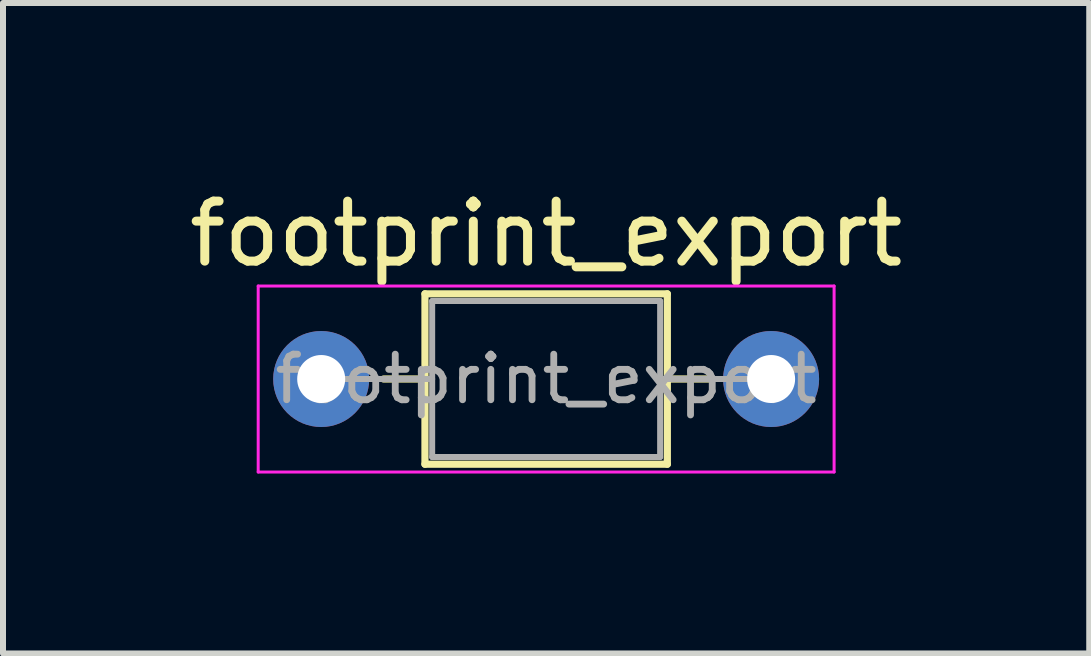
<source format=kicad_pcb>
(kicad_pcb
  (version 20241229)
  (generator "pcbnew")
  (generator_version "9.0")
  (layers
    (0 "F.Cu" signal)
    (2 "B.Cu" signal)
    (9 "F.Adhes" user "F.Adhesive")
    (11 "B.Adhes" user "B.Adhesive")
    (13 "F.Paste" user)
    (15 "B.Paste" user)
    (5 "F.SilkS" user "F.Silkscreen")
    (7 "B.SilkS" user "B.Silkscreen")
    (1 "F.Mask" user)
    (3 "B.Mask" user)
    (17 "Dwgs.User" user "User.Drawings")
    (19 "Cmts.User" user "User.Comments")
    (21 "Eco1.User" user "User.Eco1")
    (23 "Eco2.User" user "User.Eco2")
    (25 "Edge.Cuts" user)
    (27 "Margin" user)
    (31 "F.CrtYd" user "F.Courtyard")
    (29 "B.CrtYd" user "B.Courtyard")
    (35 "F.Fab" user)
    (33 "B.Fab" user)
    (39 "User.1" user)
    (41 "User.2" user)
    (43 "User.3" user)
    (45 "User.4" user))
  (footprint "footprint_export"
    (layer "F.Cu")
    (at 2.304 3.268)
    (property "Reference" "footprint_export" (at 3.75 -2.42 0) (layer "F.SilkS") (effects (font (size 1 1) (thickness 0.15))))
    (attr through_hole)
    (fp_line (start 1.04 0) (end 1.73 0) (stroke (width 0.12) (type solid)) (layer "F.SilkS"))
    (fp_line (start 1.73 -1.42) (end 1.73 1.42) (stroke (width 0.12) (type solid)) (layer "F.SilkS"))
    (fp_line (start 1.73 1.42) (end 5.77 1.42) (stroke (width 0.12) (type solid)) (layer "F.SilkS"))
    (fp_line (start 5.77 -1.42) (end 1.73 -1.42) (stroke (width 0.12) (type solid)) (layer "F.SilkS"))
    (fp_line (start 5.77 1.42) (end 5.77 -1.42) (stroke (width 0.12) (type solid)) (layer "F.SilkS"))
    (fp_line (start 6.46 0) (end 5.77 0) (stroke (width 0.12) (type solid)) (layer "F.SilkS"))
    (fp_line (start -1.05 -1.55) (end -1.05 1.55) (stroke (width 0.05) (type solid)) (layer "F.CrtYd"))
    (fp_line (start -1.05 1.55) (end 8.55 1.55) (stroke (width 0.05) (type solid)) (layer "F.CrtYd"))
    (fp_line (start 8.55 -1.55) (end -1.05 -1.55) (stroke (width 0.05) (type solid)) (layer "F.CrtYd"))
    (fp_line (start 8.55 1.55) (end 8.55 -1.55) (stroke (width 0.05) (type solid)) (layer "F.CrtYd"))
    (fp_line (start 0 0) (end 1.85 0) (stroke (width 0.1) (type solid)) (layer "F.Fab"))
    (fp_line (start 1.85 -1.3) (end 1.85 1.3) (stroke (width 0.1) (type solid)) (layer "F.Fab"))
    (fp_line (start 1.85 1.3) (end 5.65 1.3) (stroke (width 0.1) (type solid)) (layer "F.Fab"))
    (fp_line (start 5.65 -1.3) (end 1.85 -1.3) (stroke (width 0.1) (type solid)) (layer "F.Fab"))
    (fp_line (start 5.65 1.3) (end 5.65 -1.3) (stroke (width 0.1) (type solid)) (layer "F.Fab"))
    (fp_line (start 7.5 0) (end 5.65 0) (stroke (width 0.1) (type solid)) (layer "F.Fab"))
    (fp_text user "${REFERENCE}" (at 3.75 0 0) (layer "F.Fab") (effects (font (size 0.76 0.76) (thickness 0.114))))
    (pad "1" thru_hole circle (at 0 0) (size 1.6 1.6) (drill 0.8) (layers "*.Cu" "*.Mask"))
    (pad "2" thru_hole oval (at 7.5 0) (size 1.6 1.6) (drill 0.8) (layers "*.Cu" "*.Mask")))
  (gr_rect
    (start -3 -3)
    (end 15.107 7.843)
    (stroke (width 0.1) (type default))
    (fill no)
    (layer "Edge.Cuts")))
</source>
